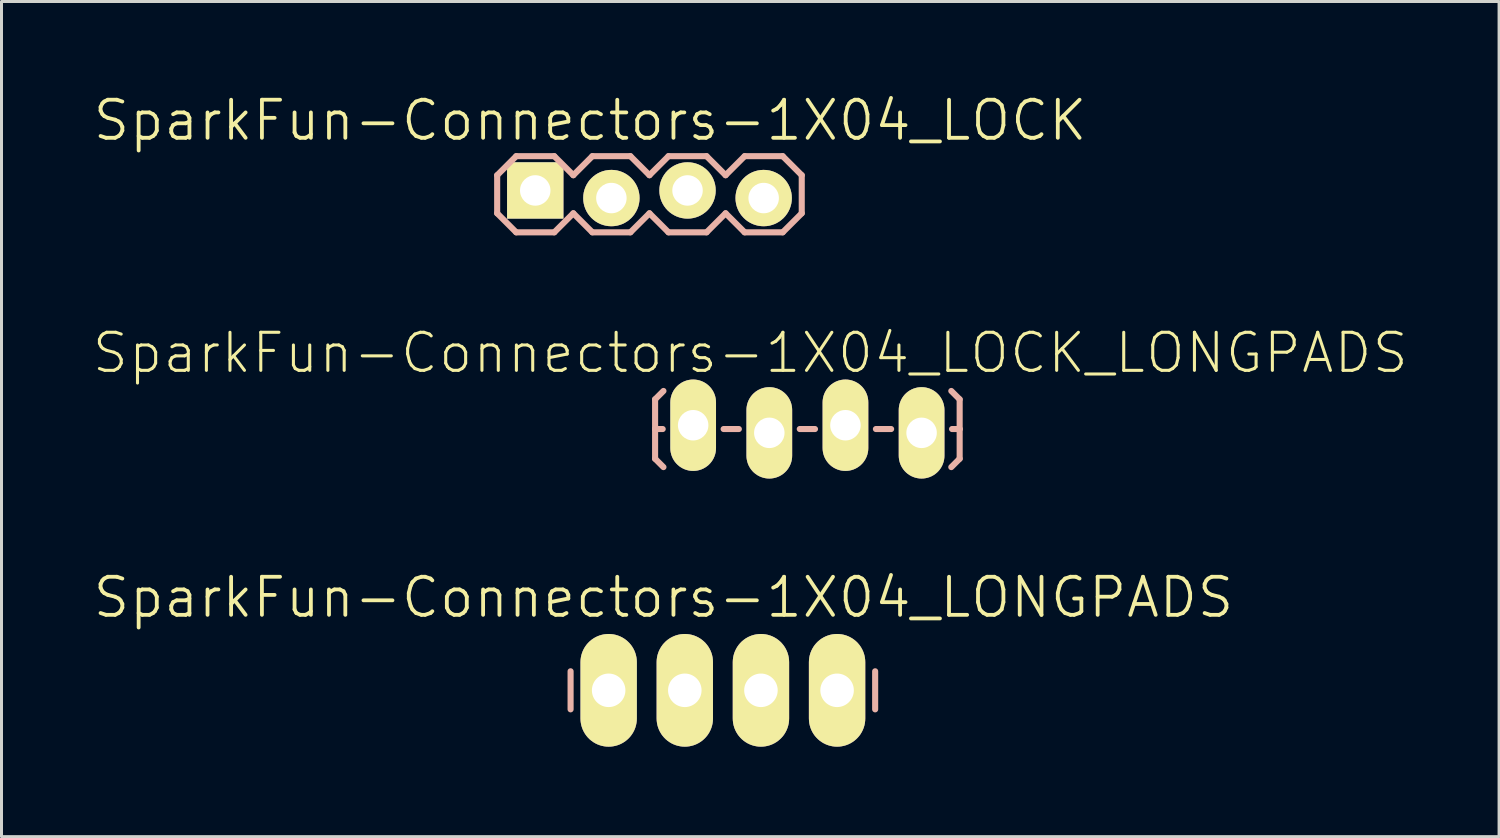
<source format=kicad_pcb>
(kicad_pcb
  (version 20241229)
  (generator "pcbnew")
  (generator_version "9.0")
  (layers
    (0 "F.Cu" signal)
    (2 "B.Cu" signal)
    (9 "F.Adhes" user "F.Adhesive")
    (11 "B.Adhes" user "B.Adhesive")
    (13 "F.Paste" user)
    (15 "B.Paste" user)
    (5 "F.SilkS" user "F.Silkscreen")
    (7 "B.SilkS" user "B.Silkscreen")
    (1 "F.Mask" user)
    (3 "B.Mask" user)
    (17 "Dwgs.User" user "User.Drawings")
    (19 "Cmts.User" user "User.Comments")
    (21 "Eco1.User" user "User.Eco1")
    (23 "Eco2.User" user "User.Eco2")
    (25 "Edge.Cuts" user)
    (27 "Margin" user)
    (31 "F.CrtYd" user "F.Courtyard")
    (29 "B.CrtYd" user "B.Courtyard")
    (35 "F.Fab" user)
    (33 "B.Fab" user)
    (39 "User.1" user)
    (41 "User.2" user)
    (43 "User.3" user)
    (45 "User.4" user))
  (footprint "SparkFun-Connectors-1X04_LOCK"
    (layer "F.Cu")
    (at 14.805 3.43)
    (property "Reference" "SparkFun-Connectors-1X04_LOCK" (at 1.829 -2.464 0) (layer "F.SilkS") (effects (font (size 1.27 1.27) (thickness 0.127))))
    (attr exclude_from_pos_files exclude_from_bom)
    (fp_line (start -0.254 -0.254) (end 0.254 -0.254) (stroke (width 0.066) (type solid)) (layer "F.SilkS"))
    (fp_line (start -0.254 0.254) (end -0.254 -0.254) (stroke (width 0.066) (type solid)) (layer "F.SilkS"))
    (fp_line (start -0.254 0.254) (end 0.254 0.254) (stroke (width 0.066) (type solid)) (layer "F.SilkS"))
    (fp_line (start 0.254 0.254) (end 0.254 -0.254) (stroke (width 0.066) (type solid)) (layer "F.SilkS"))
    (fp_line (start 2.286 -0.254) (end 2.794 -0.254) (stroke (width 0.066) (type solid)) (layer "F.SilkS"))
    (fp_line (start 2.286 0.254) (end 2.286 -0.254) (stroke (width 0.066) (type solid)) (layer "F.SilkS"))
    (fp_line (start 2.286 0.254) (end 2.794 0.254) (stroke (width 0.066) (type solid)) (layer "F.SilkS"))
    (fp_line (start 2.794 0.254) (end 2.794 -0.254) (stroke (width 0.066) (type solid)) (layer "F.SilkS"))
    (fp_line (start 4.826 -0.254) (end 5.334 -0.254) (stroke (width 0.066) (type solid)) (layer "F.SilkS"))
    (fp_line (start 4.826 0.254) (end 4.826 -0.254) (stroke (width 0.066) (type solid)) (layer "F.SilkS"))
    (fp_line (start 4.826 0.254) (end 5.334 0.254) (stroke (width 0.066) (type solid)) (layer "F.SilkS"))
    (fp_line (start 5.334 0.254) (end 5.334 -0.254) (stroke (width 0.066) (type solid)) (layer "F.SilkS"))
    (fp_line (start 7.366 -0.254) (end 7.874 -0.254) (stroke (width 0.066) (type solid)) (layer "F.SilkS"))
    (fp_line (start 7.366 0.254) (end 7.366 -0.254) (stroke (width 0.066) (type solid)) (layer "F.SilkS"))
    (fp_line (start 7.366 0.254) (end 7.874 0.254) (stroke (width 0.066) (type solid)) (layer "F.SilkS"))
    (fp_line (start 7.874 0.254) (end 7.874 -0.254) (stroke (width 0.066) (type solid)) (layer "F.SilkS"))
    (fp_line (start -1.27 -0.635) (end -1.27 0.635) (stroke (width 0.203) (type solid)) (layer "B.SilkS"))
    (fp_line (start -1.27 0.635) (end -0.635 1.27) (stroke (width 0.203) (type solid)) (layer "B.SilkS"))
    (fp_line (start -0.635 -1.27) (end -1.27 -0.635) (stroke (width 0.203) (type solid)) (layer "B.SilkS"))
    (fp_line (start -0.635 -1.27) (end 0.635 -1.27) (stroke (width 0.203) (type solid)) (layer "B.SilkS"))
    (fp_line (start 0.635 -1.27) (end 1.27 -0.635) (stroke (width 0.203) (type solid)) (layer "B.SilkS"))
    (fp_line (start 0.635 1.27) (end -0.635 1.27) (stroke (width 0.203) (type solid)) (layer "B.SilkS"))
    (fp_line (start 1.27 -0.635) (end 1.905 -1.27) (stroke (width 0.203) (type solid)) (layer "B.SilkS"))
    (fp_line (start 1.27 0.635) (end 0.635 1.27) (stroke (width 0.203) (type solid)) (layer "B.SilkS"))
    (fp_line (start 1.905 -1.27) (end 3.175 -1.27) (stroke (width 0.203) (type solid)) (layer "B.SilkS"))
    (fp_line (start 1.905 1.27) (end 1.27 0.635) (stroke (width 0.203) (type solid)) (layer "B.SilkS"))
    (fp_line (start 3.175 -1.27) (end 3.81 -0.635) (stroke (width 0.203) (type solid)) (layer "B.SilkS"))
    (fp_line (start 3.175 1.27) (end 1.905 1.27) (stroke (width 0.203) (type solid)) (layer "B.SilkS"))
    (fp_line (start 3.81 -0.635) (end 4.445 -1.27) (stroke (width 0.203) (type solid)) (layer "B.SilkS"))
    (fp_line (start 3.81 0.635) (end 3.175 1.27) (stroke (width 0.203) (type solid)) (layer "B.SilkS"))
    (fp_line (start 4.445 -1.27) (end 5.715 -1.27) (stroke (width 0.203) (type solid)) (layer "B.SilkS"))
    (fp_line (start 4.445 1.27) (end 3.81 0.635) (stroke (width 0.203) (type solid)) (layer "B.SilkS"))
    (fp_line (start 5.715 -1.27) (end 6.35 -0.635) (stroke (width 0.203) (type solid)) (layer "B.SilkS"))
    (fp_line (start 5.715 1.27) (end 4.445 1.27) (stroke (width 0.203) (type solid)) (layer "B.SilkS"))
    (fp_line (start 6.35 0.635) (end 5.715 1.27) (stroke (width 0.203) (type solid)) (layer "B.SilkS"))
    (fp_line (start 6.35 0.635) (end 6.985 1.27) (stroke (width 0.203) (type solid)) (layer "B.SilkS"))
    (fp_line (start 6.985 -1.27) (end 6.35 -0.635) (stroke (width 0.203) (type solid)) (layer "B.SilkS"))
    (fp_line (start 6.985 -1.27) (end 8.255 -1.27) (stroke (width 0.203) (type solid)) (layer "B.SilkS"))
    (fp_line (start 8.255 -1.27) (end 8.89 -0.635) (stroke (width 0.203) (type solid)) (layer "B.SilkS"))
    (fp_line (start 8.255 1.27) (end 6.985 1.27) (stroke (width 0.203) (type solid)) (layer "B.SilkS"))
    (fp_line (start 8.89 -0.635) (end 8.89 0.635) (stroke (width 0.203) (type solid)) (layer "B.SilkS"))
    (fp_line (start 8.89 0.635) (end 8.255 1.27) (stroke (width 0.203) (type solid)) (layer "B.SilkS"))
    (pad "1" thru_hole rect (at 0 -0.127) (size 1.88 1.88) (drill 1.016) (layers "*.Cu" "F.Mask" "F.SilkS" "F.Paste"))
    (pad "2" thru_hole circle (at 2.54 0.127) (size 1.88 1.88) (drill 1.016) (layers "*.Cu" "F.Mask" "F.SilkS" "F.Paste"))
    (pad "3" thru_hole circle (at 5.08 -0.127) (size 1.88 1.88) (drill 1.016) (layers "*.Cu" "F.Mask" "F.SilkS" "F.Paste"))
    (pad "4" thru_hole circle (at 7.62 0.127) (size 1.88 1.88) (drill 1.016) (layers "*.Cu" "F.Mask" "F.SilkS" "F.Paste")))
  (footprint "SparkFun-Connectors-1X04_LONGPADS"
    (layer "F.Cu")
    (at 17.254 19.978)
    (property "Reference" "SparkFun-Connectors-1X04_LONGPADS" (at 1.829 -3.099 0) (layer "F.SilkS") (effects (font (size 1.27 1.27) (thickness 0.127))))
    (attr exclude_from_pos_files exclude_from_bom)
    (fp_line (start -0.254 -0.254) (end 0.254 -0.254) (stroke (width 0.066) (type solid)) (layer "F.SilkS"))
    (fp_line (start -0.254 0.254) (end -0.254 -0.254) (stroke (width 0.066) (type solid)) (layer "F.SilkS"))
    (fp_line (start -0.254 0.254) (end 0.254 0.254) (stroke (width 0.066) (type solid)) (layer "F.SilkS"))
    (fp_line (start 0.254 0.254) (end 0.254 -0.254) (stroke (width 0.066) (type solid)) (layer "F.SilkS"))
    (fp_line (start 2.286 -0.254) (end 2.794 -0.254) (stroke (width 0.066) (type solid)) (layer "F.SilkS"))
    (fp_line (start 2.286 0.254) (end 2.286 -0.254) (stroke (width 0.066) (type solid)) (layer "F.SilkS"))
    (fp_line (start 2.286 0.254) (end 2.794 0.254) (stroke (width 0.066) (type solid)) (layer "F.SilkS"))
    (fp_line (start 2.794 0.254) (end 2.794 -0.254) (stroke (width 0.066) (type solid)) (layer "F.SilkS"))
    (fp_line (start 4.826 -0.254) (end 5.334 -0.254) (stroke (width 0.066) (type solid)) (layer "F.SilkS"))
    (fp_line (start 4.826 0.254) (end 4.826 -0.254) (stroke (width 0.066) (type solid)) (layer "F.SilkS"))
    (fp_line (start 4.826 0.254) (end 5.334 0.254) (stroke (width 0.066) (type solid)) (layer "F.SilkS"))
    (fp_line (start 5.334 0.254) (end 5.334 -0.254) (stroke (width 0.066) (type solid)) (layer "F.SilkS"))
    (fp_line (start 7.366 -0.254) (end 7.874 -0.254) (stroke (width 0.066) (type solid)) (layer "F.SilkS"))
    (fp_line (start 7.366 0.254) (end 7.366 -0.254) (stroke (width 0.066) (type solid)) (layer "F.SilkS"))
    (fp_line (start 7.366 0.254) (end 7.874 0.254) (stroke (width 0.066) (type solid)) (layer "F.SilkS"))
    (fp_line (start 7.874 0.254) (end 7.874 -0.254) (stroke (width 0.066) (type solid)) (layer "F.SilkS"))
    (fp_line (start -1.27 -0.635) (end -1.27 0.635) (stroke (width 0.203) (type solid)) (layer "B.SilkS"))
    (fp_line (start 8.89 -0.635) (end 8.89 0.635) (stroke (width 0.203) (type solid)) (layer "B.SilkS"))
    (pad "1" thru_hole oval (at 0 0 180) (size 1.88 3.759) (drill 1.118) (layers "*.Cu" "F.Mask" "F.SilkS" "F.Paste"))
    (pad "2" thru_hole oval (at 2.54 0 180) (size 1.88 3.759) (drill 1.118) (layers "*.Cu" "F.Mask" "F.SilkS" "F.Paste"))
    (pad "3" thru_hole oval (at 5.08 0 180) (size 1.88 3.759) (drill 1.118) (layers "*.Cu" "F.Mask" "F.SilkS" "F.Paste"))
    (pad "4" thru_hole oval (at 7.62 0 180) (size 1.88 3.759) (drill 1.118) (layers "*.Cu" "F.Mask" "F.SilkS" "F.Paste")))
  (footprint "SparkFun-Connectors-1X04_LOCK_LONGPADS"
    (layer "F.Cu")
    (at 20.073 11.135)
    (property "Reference" "SparkFun-Connectors-1X04_LOCK_LONGPADS" (at 1.905 -2.413 0) (layer "F.SilkS") (effects (font (size 1.27 1.27) (thickness 0.102))))
    (attr exclude_from_pos_files exclude_from_bom)
    (fp_line (start -0.292 -0.165) (end 0.292 -0.165) (stroke (width 0.066) (type solid)) (layer "F.SilkS"))
    (fp_line (start -0.292 0.419) (end -0.292 -0.165) (stroke (width 0.066) (type solid)) (layer "F.SilkS"))
    (fp_line (start -0.292 0.419) (end 0.292 0.419) (stroke (width 0.066) (type solid)) (layer "F.SilkS"))
    (fp_line (start 0.292 0.419) (end 0.292 -0.165) (stroke (width 0.066) (type solid)) (layer "F.SilkS"))
    (fp_line (start 2.248 -0.165) (end 2.832 -0.165) (stroke (width 0.066) (type solid)) (layer "F.SilkS"))
    (fp_line (start 2.248 0.419) (end 2.248 -0.165) (stroke (width 0.066) (type solid)) (layer "F.SilkS"))
    (fp_line (start 2.248 0.419) (end 2.832 0.419) (stroke (width 0.066) (type solid)) (layer "F.SilkS"))
    (fp_line (start 2.832 0.419) (end 2.832 -0.165) (stroke (width 0.066) (type solid)) (layer "F.SilkS"))
    (fp_line (start 4.788 -0.165) (end 5.372 -0.165) (stroke (width 0.066) (type solid)) (layer "F.SilkS"))
    (fp_line (start 4.788 0.419) (end 4.788 -0.165) (stroke (width 0.066) (type solid)) (layer "F.SilkS"))
    (fp_line (start 4.788 0.419) (end 5.372 0.419) (stroke (width 0.066) (type solid)) (layer "F.SilkS"))
    (fp_line (start 5.372 0.419) (end 5.372 -0.165) (stroke (width 0.066) (type solid)) (layer "F.SilkS"))
    (fp_line (start 7.328 -0.165) (end 7.912 -0.165) (stroke (width 0.066) (type solid)) (layer "F.SilkS"))
    (fp_line (start 7.328 0.419) (end 7.328 -0.165) (stroke (width 0.066) (type solid)) (layer "F.SilkS"))
    (fp_line (start 7.328 0.419) (end 7.912 0.419) (stroke (width 0.066) (type solid)) (layer "F.SilkS"))
    (fp_line (start 7.912 0.419) (end 7.912 -0.165) (stroke (width 0.066) (type solid)) (layer "F.SilkS"))
    (fp_line (start -1.27 -0.864) (end -0.991 -1.143) (stroke (width 0.203) (type solid)) (layer "B.SilkS"))
    (fp_line (start -1.27 0.127) (end -1.27 -0.864) (stroke (width 0.203) (type solid)) (layer "B.SilkS"))
    (fp_line (start -1.27 0.127) (end -1.27 1.118) (stroke (width 0.203) (type solid)) (layer "B.SilkS"))
    (fp_line (start -1.27 0.127) (end -1.016 0.127) (stroke (width 0.203) (type solid)) (layer "B.SilkS"))
    (fp_line (start -1.27 1.118) (end -0.991 1.397) (stroke (width 0.203) (type solid)) (layer "B.SilkS"))
    (fp_line (start 1.524 0.127) (end 1.016 0.127) (stroke (width 0.203) (type solid)) (layer "B.SilkS"))
    (fp_line (start 4.064 0.127) (end 3.556 0.127) (stroke (width 0.203) (type solid)) (layer "B.SilkS"))
    (fp_line (start 6.604 0.127) (end 6.096 0.127) (stroke (width 0.203) (type solid)) (layer "B.SilkS"))
    (fp_line (start 8.89 -0.864) (end 8.611 -1.143) (stroke (width 0.203) (type solid)) (layer "B.SilkS"))
    (fp_line (start 8.89 0.127) (end 8.636 0.127) (stroke (width 0.203) (type solid)) (layer "B.SilkS"))
    (fp_line (start 8.89 0.127) (end 8.89 -0.864) (stroke (width 0.203) (type solid)) (layer "B.SilkS"))
    (fp_line (start 8.89 0.127) (end 8.89 1.118) (stroke (width 0.203) (type solid)) (layer "B.SilkS"))
    (fp_line (start 8.89 1.118) (end 8.611 1.397) (stroke (width 0.203) (type solid)) (layer "B.SilkS"))
    (pad "1" thru_hole oval (at 0 0 180) (size 1.524 3.048) (drill 1.016) (layers "*.Cu" "F.Mask" "F.SilkS" "F.Paste"))
    (pad "2" thru_hole oval (at 2.54 0.254 180) (size 1.524 3.048) (drill 1.016) (layers "*.Cu" "F.Mask" "F.SilkS" "F.Paste"))
    (pad "3" thru_hole oval (at 5.08 0 180) (size 1.524 3.048) (drill 1.016) (layers "*.Cu" "F.Mask" "F.SilkS" "F.Paste"))
    (pad "4" thru_hole oval (at 7.62 0.254 180) (size 1.524 3.048) (drill 1.016) (layers "*.Cu" "F.Mask" "F.SilkS" "F.Paste")))
  (gr_rect
    (start -3 -3)
    (end 46.957 24.858)
    (stroke (width 0.1) (type default))
    (fill no)
    (layer "Edge.Cuts")))
</source>
